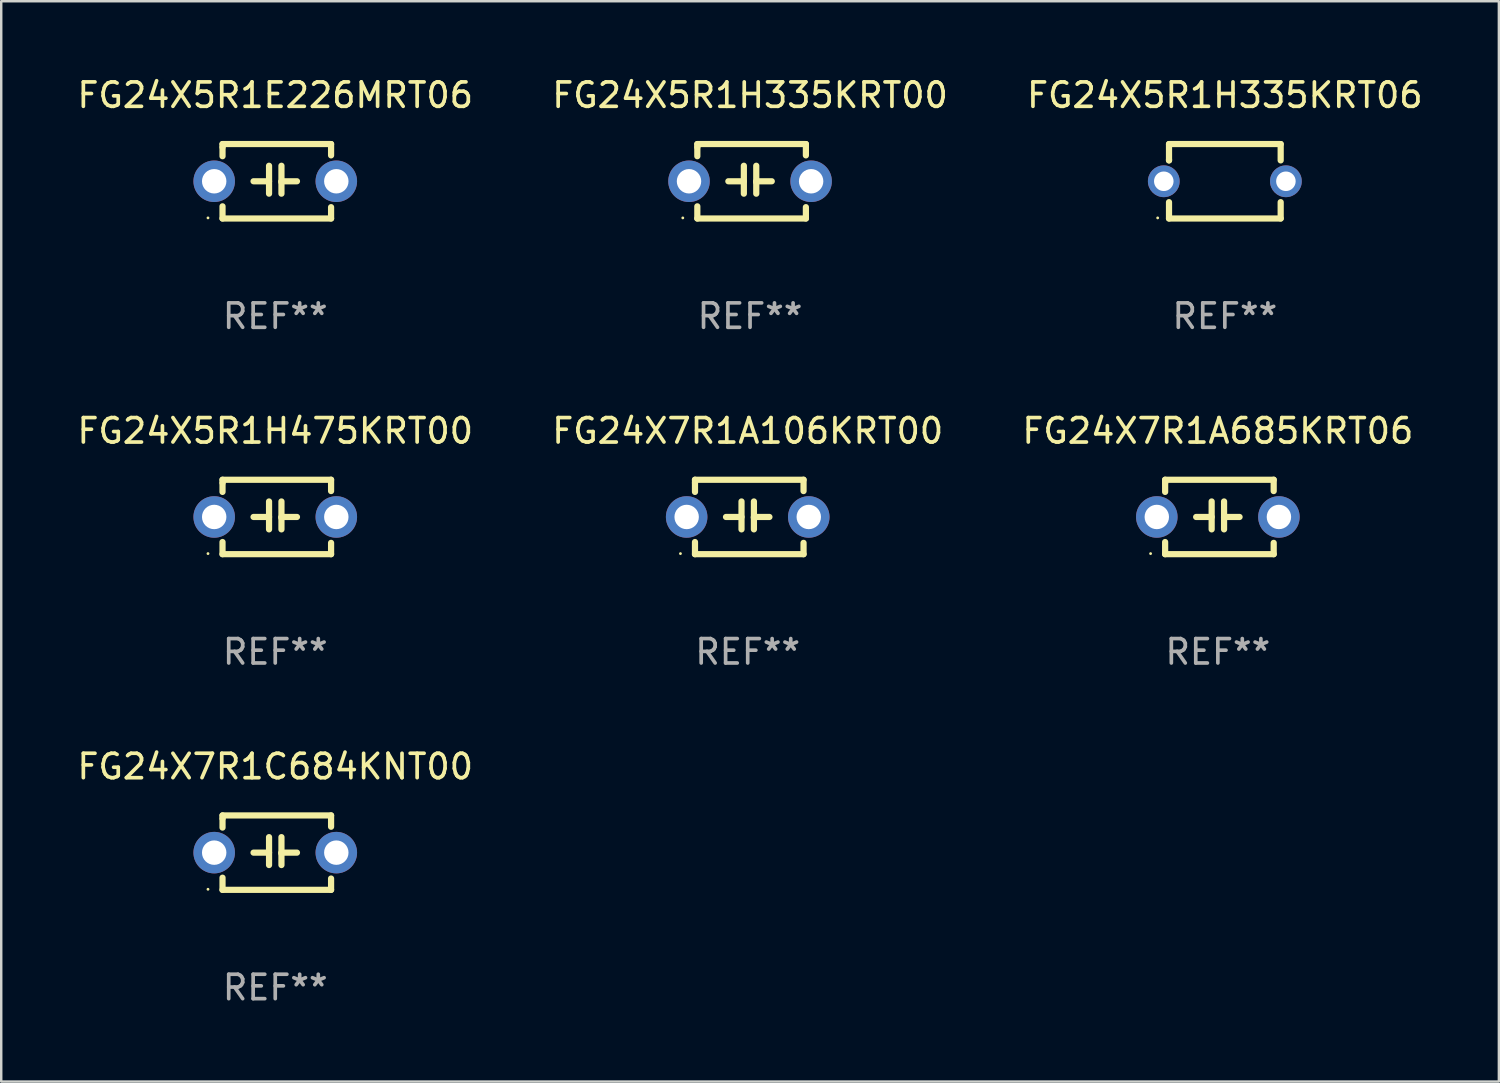
<source format=kicad_pcb>
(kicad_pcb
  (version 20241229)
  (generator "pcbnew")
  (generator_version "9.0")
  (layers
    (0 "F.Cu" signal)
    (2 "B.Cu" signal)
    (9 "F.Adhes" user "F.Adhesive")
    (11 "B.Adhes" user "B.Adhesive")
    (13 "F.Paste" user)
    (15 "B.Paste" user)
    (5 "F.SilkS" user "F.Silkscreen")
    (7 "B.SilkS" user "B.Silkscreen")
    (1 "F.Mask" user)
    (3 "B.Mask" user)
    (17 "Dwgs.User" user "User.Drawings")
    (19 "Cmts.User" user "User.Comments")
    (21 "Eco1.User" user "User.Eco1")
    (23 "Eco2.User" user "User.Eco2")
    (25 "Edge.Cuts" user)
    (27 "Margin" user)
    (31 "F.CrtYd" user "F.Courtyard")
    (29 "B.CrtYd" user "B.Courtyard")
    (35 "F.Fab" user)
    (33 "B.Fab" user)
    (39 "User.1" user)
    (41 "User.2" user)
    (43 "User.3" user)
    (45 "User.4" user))
  (footprint "FG24X7R1C684KNT00"
    (layer "F.Cu")
    (at 8.22 31.861)
    (property "Reference" "FG24X7R1C684KNT00" (at 0 -3.524 0) (layer "F.SilkS") (effects (font (size 1 1) (thickness 0.15))))
    (attr through_hole)
    (fp_line (start -2.159 -1.524) (end 2.286 -1.524) (stroke (width 0.254) (type solid)) (layer "F.SilkS"))
    (fp_line (start -2.159 -1.397) (end -2.159 -1.524) (stroke (width 0.254) (type solid)) (layer "F.SilkS"))
    (fp_line (start -2.159 -1.026) (end -2.159 -1.397) (stroke (width 0.254) (type solid)) (layer "F.SilkS"))
    (fp_line (start -2.159 1.524) (end -2.159 1.026) (stroke (width 0.254) (type solid)) (layer "F.SilkS"))
    (fp_line (start -0.889 0) (end -0.254 0) (stroke (width 0.254) (type solid)) (layer "F.SilkS"))
    (fp_line (start -0.254 0.508) (end -0.254 -0.635) (stroke (width 0.254) (type solid)) (layer "F.SilkS"))
    (fp_line (start 0.254 -0.635) (end 0.254 0.508) (stroke (width 0.254) (type solid)) (layer "F.SilkS"))
    (fp_line (start 0.254 0.04) (end 0.254 0.02) (stroke (width 0.254) (type solid)) (layer "F.SilkS"))
    (fp_line (start 0.889 0) (end 0.254 0) (stroke (width 0.254) (type solid)) (layer "F.SilkS"))
    (fp_line (start 2.286 -1.524) (end 2.286 -1.06) (stroke (width 0.254) (type solid)) (layer "F.SilkS"))
    (fp_line (start 2.286 1.06) (end 2.286 1.524) (stroke (width 0.254) (type solid)) (layer "F.SilkS"))
    (fp_line (start 2.286 1.524) (end -2.159 1.524) (stroke (width 0.254) (type solid)) (layer "F.SilkS"))
    (fp_circle (center -2.754 1.5) (end -2.724 1.5) (stroke (width 0.06) (type solid)) (fill no) (layer "F.SilkS"))
    (fp_text user "REF**" (at 0 5.524 0) (layer "F.Fab") (effects (font (size 1 1) (thickness 0.15))))
    (pad "1" thru_hole circle (at -2.5 0) (size 1.7 1.7) (drill 1) (layers "*.Cu" "*.Mask"))
    (pad "2" thru_hole circle (at 2.5 0) (size 1.7 1.7) (drill 1) (layers "*.Cu" "*.Mask")))
  (footprint "FG24X5R1E226MRT06"
    (layer "F.Cu")
    (at 8.22 4.372)
    (property "Reference" "FG24X5R1E226MRT06" (at 0 -3.524 0) (layer "F.SilkS") (effects (font (size 1 1) (thickness 0.15))))
    (attr through_hole)
    (fp_line (start -2.159 -1.524) (end 2.286 -1.524) (stroke (width 0.254) (type solid)) (layer "F.SilkS"))
    (fp_line (start -2.159 -1.397) (end -2.159 -1.524) (stroke (width 0.254) (type solid)) (layer "F.SilkS"))
    (fp_line (start -2.159 -1.026) (end -2.159 -1.397) (stroke (width 0.254) (type solid)) (layer "F.SilkS"))
    (fp_line (start -2.159 1.524) (end -2.159 1.026) (stroke (width 0.254) (type solid)) (layer "F.SilkS"))
    (fp_line (start -0.889 0) (end -0.254 0) (stroke (width 0.254) (type solid)) (layer "F.SilkS"))
    (fp_line (start -0.254 0.508) (end -0.254 -0.635) (stroke (width 0.254) (type solid)) (layer "F.SilkS"))
    (fp_line (start 0.254 -0.635) (end 0.254 0.508) (stroke (width 0.254) (type solid)) (layer "F.SilkS"))
    (fp_line (start 0.254 0.04) (end 0.254 0.02) (stroke (width 0.254) (type solid)) (layer "F.SilkS"))
    (fp_line (start 0.889 0) (end 0.254 0) (stroke (width 0.254) (type solid)) (layer "F.SilkS"))
    (fp_line (start 2.286 -1.524) (end 2.286 -1.06) (stroke (width 0.254) (type solid)) (layer "F.SilkS"))
    (fp_line (start 2.286 1.06) (end 2.286 1.524) (stroke (width 0.254) (type solid)) (layer "F.SilkS"))
    (fp_line (start 2.286 1.524) (end -2.159 1.524) (stroke (width 0.254) (type solid)) (layer "F.SilkS"))
    (fp_circle (center -2.754 1.5) (end -2.724 1.5) (stroke (width 0.06) (type solid)) (fill no) (layer "F.SilkS"))
    (fp_text user "REF**" (at 0 5.524 0) (layer "F.Fab") (effects (font (size 1 1) (thickness 0.15))))
    (pad "1" thru_hole circle (at -2.5 0) (size 1.7 1.7) (drill 1) (layers "*.Cu" "*.Mask"))
    (pad "2" thru_hole circle (at 2.5 0) (size 1.7 1.7) (drill 1) (layers "*.Cu" "*.Mask")))
  (footprint "FG24X7R1A106KRT00"
    (layer "F.Cu")
    (at 27.565 18.117)
    (property "Reference" "FG24X7R1A106KRT00" (at 0 -3.524 0) (layer "F.SilkS") (effects (font (size 1 1) (thickness 0.15))))
    (attr through_hole)
    (fp_line (start -2.159 -1.524) (end 2.286 -1.524) (stroke (width 0.254) (type solid)) (layer "F.SilkS"))
    (fp_line (start -2.159 -1.397) (end -2.159 -1.524) (stroke (width 0.254) (type solid)) (layer "F.SilkS"))
    (fp_line (start -2.159 -1.026) (end -2.159 -1.397) (stroke (width 0.254) (type solid)) (layer "F.SilkS"))
    (fp_line (start -2.159 1.524) (end -2.159 1.026) (stroke (width 0.254) (type solid)) (layer "F.SilkS"))
    (fp_line (start -0.889 0) (end -0.254 0) (stroke (width 0.254) (type solid)) (layer "F.SilkS"))
    (fp_line (start -0.254 0.508) (end -0.254 -0.635) (stroke (width 0.254) (type solid)) (layer "F.SilkS"))
    (fp_line (start 0.254 -0.635) (end 0.254 0.508) (stroke (width 0.254) (type solid)) (layer "F.SilkS"))
    (fp_line (start 0.254 0.04) (end 0.254 0.02) (stroke (width 0.254) (type solid)) (layer "F.SilkS"))
    (fp_line (start 0.889 0) (end 0.254 0) (stroke (width 0.254) (type solid)) (layer "F.SilkS"))
    (fp_line (start 2.286 -1.524) (end 2.286 -1.06) (stroke (width 0.254) (type solid)) (layer "F.SilkS"))
    (fp_line (start 2.286 1.06) (end 2.286 1.524) (stroke (width 0.254) (type solid)) (layer "F.SilkS"))
    (fp_line (start 2.286 1.524) (end -2.159 1.524) (stroke (width 0.254) (type solid)) (layer "F.SilkS"))
    (fp_circle (center -2.754 1.5) (end -2.724 1.5) (stroke (width 0.06) (type solid)) (fill no) (layer "F.SilkS"))
    (fp_text user "REF**" (at 0 5.524 0) (layer "F.Fab") (effects (font (size 1 1) (thickness 0.15))))
    (pad "1" thru_hole circle (at -2.5 0) (size 1.7 1.7) (drill 1) (layers "*.Cu" "*.Mask"))
    (pad "2" thru_hole circle (at 2.5 0) (size 1.7 1.7) (drill 1) (layers "*.Cu" "*.Mask")))
  (footprint "FG24X5R1H475KRT00"
    (layer "F.Cu")
    (at 8.22 18.117)
    (property "Reference" "FG24X5R1H475KRT00" (at 0 -3.524 0) (layer "F.SilkS") (effects (font (size 1 1) (thickness 0.15))))
    (attr through_hole)
    (fp_line (start -2.159 -1.524) (end 2.286 -1.524) (stroke (width 0.254) (type solid)) (layer "F.SilkS"))
    (fp_line (start -2.159 -1.397) (end -2.159 -1.524) (stroke (width 0.254) (type solid)) (layer "F.SilkS"))
    (fp_line (start -2.159 -1.026) (end -2.159 -1.397) (stroke (width 0.254) (type solid)) (layer "F.SilkS"))
    (fp_line (start -2.159 1.524) (end -2.159 1.026) (stroke (width 0.254) (type solid)) (layer "F.SilkS"))
    (fp_line (start -0.889 0) (end -0.254 0) (stroke (width 0.254) (type solid)) (layer "F.SilkS"))
    (fp_line (start -0.254 0.508) (end -0.254 -0.635) (stroke (width 0.254) (type solid)) (layer "F.SilkS"))
    (fp_line (start 0.254 -0.635) (end 0.254 0.508) (stroke (width 0.254) (type solid)) (layer "F.SilkS"))
    (fp_line (start 0.254 0.04) (end 0.254 0.02) (stroke (width 0.254) (type solid)) (layer "F.SilkS"))
    (fp_line (start 0.889 0) (end 0.254 0) (stroke (width 0.254) (type solid)) (layer "F.SilkS"))
    (fp_line (start 2.286 -1.524) (end 2.286 -1.06) (stroke (width 0.254) (type solid)) (layer "F.SilkS"))
    (fp_line (start 2.286 1.06) (end 2.286 1.524) (stroke (width 0.254) (type solid)) (layer "F.SilkS"))
    (fp_line (start 2.286 1.524) (end -2.159 1.524) (stroke (width 0.254) (type solid)) (layer "F.SilkS"))
    (fp_circle (center -2.754 1.5) (end -2.724 1.5) (stroke (width 0.06) (type solid)) (fill no) (layer "F.SilkS"))
    (fp_text user "REF**" (at 0 5.524 0) (layer "F.Fab") (effects (font (size 1 1) (thickness 0.15))))
    (pad "1" thru_hole circle (at -2.5 0) (size 1.7 1.7) (drill 1) (layers "*.Cu" "*.Mask"))
    (pad "2" thru_hole circle (at 2.5 0) (size 1.7 1.7) (drill 1) (layers "*.Cu" "*.Mask")))
  (footprint "FG24X7R1A685KRT06"
    (layer "F.Cu")
    (at 46.815 18.117)
    (property "Reference" "FG24X7R1A685KRT06" (at 0 -3.524 0) (layer "F.SilkS") (effects (font (size 1 1) (thickness 0.15))))
    (attr through_hole)
    (fp_line (start -2.159 -1.524) (end 2.286 -1.524) (stroke (width 0.254) (type solid)) (layer "F.SilkS"))
    (fp_line (start -2.159 -1.397) (end -2.159 -1.524) (stroke (width 0.254) (type solid)) (layer "F.SilkS"))
    (fp_line (start -2.159 -1.026) (end -2.159 -1.397) (stroke (width 0.254) (type solid)) (layer "F.SilkS"))
    (fp_line (start -2.159 1.524) (end -2.159 1.026) (stroke (width 0.254) (type solid)) (layer "F.SilkS"))
    (fp_line (start -0.889 0) (end -0.254 0) (stroke (width 0.254) (type solid)) (layer "F.SilkS"))
    (fp_line (start -0.254 0.508) (end -0.254 -0.635) (stroke (width 0.254) (type solid)) (layer "F.SilkS"))
    (fp_line (start 0.254 -0.635) (end 0.254 0.508) (stroke (width 0.254) (type solid)) (layer "F.SilkS"))
    (fp_line (start 0.254 0.04) (end 0.254 0.02) (stroke (width 0.254) (type solid)) (layer "F.SilkS"))
    (fp_line (start 0.889 0) (end 0.254 0) (stroke (width 0.254) (type solid)) (layer "F.SilkS"))
    (fp_line (start 2.286 -1.524) (end 2.286 -1.06) (stroke (width 0.254) (type solid)) (layer "F.SilkS"))
    (fp_line (start 2.286 1.06) (end 2.286 1.524) (stroke (width 0.254) (type solid)) (layer "F.SilkS"))
    (fp_line (start 2.286 1.524) (end -2.159 1.524) (stroke (width 0.254) (type solid)) (layer "F.SilkS"))
    (fp_circle (center -2.754 1.5) (end -2.724 1.5) (stroke (width 0.06) (type solid)) (fill no) (layer "F.SilkS"))
    (fp_text user "REF**" (at 0 5.524 0) (layer "F.Fab") (effects (font (size 1 1) (thickness 0.15))))
    (pad "1" thru_hole circle (at -2.5 0) (size 1.7 1.7) (drill 1) (layers "*.Cu" "*.Mask"))
    (pad "2" thru_hole circle (at 2.5 0) (size 1.7 1.7) (drill 1) (layers "*.Cu" "*.Mask")))
  (footprint "FG24X5R1H335KRT06"
    (layer "F.Cu")
    (at 47.101 4.372)
    (property "Reference" "FG24X5R1H335KRT06" (at 0 -3.524 0) (layer "F.SilkS") (effects (font (size 1 1) (thickness 0.15))))
    (attr through_hole)
    (fp_line (start -2.286 -1.524) (end 2.286 -1.524) (stroke (width 0.254) (type solid)) (layer "F.SilkS"))
    (fp_line (start -2.286 -0.855) (end -2.286 -1.524) (stroke (width 0.254) (type solid)) (layer "F.SilkS"))
    (fp_line (start -2.286 -0.855) (end -2.286 -0.889) (stroke (width 0.254) (type solid)) (layer "F.SilkS"))
    (fp_line (start -2.286 1.524) (end -2.286 0.855) (stroke (width 0.254) (type solid)) (layer "F.SilkS"))
    (fp_line (start 2.286 -1.524) (end 2.286 -0.855) (stroke (width 0.254) (type solid)) (layer "F.SilkS"))
    (fp_line (start 2.286 0.855) (end 2.286 1.524) (stroke (width 0.254) (type solid)) (layer "F.SilkS"))
    (fp_line (start 2.286 1.524) (end -2.286 1.524) (stroke (width 0.254) (type solid)) (layer "F.SilkS"))
    (fp_circle (center -2.75 1.5) (end -2.72 1.5) (stroke (width 0.06) (type solid)) (fill no) (layer "F.SilkS"))
    (fp_text user "REF**" (at 0 5.524 0) (layer "F.Fab") (effects (font (size 1 1) (thickness 0.15))))
    (pad "1" thru_hole circle (at -2.5 0) (size 1.3 1.3) (drill 0.8) (layers "*.Cu" "*.Mask"))
    (pad "2" thru_hole circle (at 2.5 0) (size 1.3 1.3) (drill 0.8) (layers "*.Cu" "*.Mask")))
  (footprint "FG24X5R1H335KRT00"
    (layer "F.Cu")
    (at 27.661 4.372)
    (property "Reference" "FG24X5R1H335KRT00" (at 0 -3.524 0) (layer "F.SilkS") (effects (font (size 1 1) (thickness 0.15))))
    (attr through_hole)
    (fp_line (start -2.159 -1.524) (end 2.286 -1.524) (stroke (width 0.254) (type solid)) (layer "F.SilkS"))
    (fp_line (start -2.159 -1.397) (end -2.159 -1.524) (stroke (width 0.254) (type solid)) (layer "F.SilkS"))
    (fp_line (start -2.159 -1.026) (end -2.159 -1.397) (stroke (width 0.254) (type solid)) (layer "F.SilkS"))
    (fp_line (start -2.159 1.524) (end -2.159 1.026) (stroke (width 0.254) (type solid)) (layer "F.SilkS"))
    (fp_line (start -0.889 0) (end -0.254 0) (stroke (width 0.254) (type solid)) (layer "F.SilkS"))
    (fp_line (start -0.254 0.508) (end -0.254 -0.635) (stroke (width 0.254) (type solid)) (layer "F.SilkS"))
    (fp_line (start 0.254 -0.635) (end 0.254 0.508) (stroke (width 0.254) (type solid)) (layer "F.SilkS"))
    (fp_line (start 0.254 0.04) (end 0.254 0.02) (stroke (width 0.254) (type solid)) (layer "F.SilkS"))
    (fp_line (start 0.889 0) (end 0.254 0) (stroke (width 0.254) (type solid)) (layer "F.SilkS"))
    (fp_line (start 2.286 -1.524) (end 2.286 -1.06) (stroke (width 0.254) (type solid)) (layer "F.SilkS"))
    (fp_line (start 2.286 1.06) (end 2.286 1.524) (stroke (width 0.254) (type solid)) (layer "F.SilkS"))
    (fp_line (start 2.286 1.524) (end -2.159 1.524) (stroke (width 0.254) (type solid)) (layer "F.SilkS"))
    (fp_circle (center -2.754 1.5) (end -2.724 1.5) (stroke (width 0.06) (type solid)) (fill no) (layer "F.SilkS"))
    (fp_text user "REF**" (at 0 5.524 0) (layer "F.Fab") (effects (font (size 1 1) (thickness 0.15))))
    (pad "1" thru_hole circle (at -2.5 0) (size 1.7 1.7) (drill 1) (layers "*.Cu" "*.Mask"))
    (pad "2" thru_hole circle (at 2.5 0) (size 1.7 1.7) (drill 1) (layers "*.Cu" "*.Mask")))
  (gr_rect
    (start -3 -3)
    (end 58.321 41.234)
    (stroke (width 0.1) (type default))
    (fill no)
    (layer "Edge.Cuts")))
</source>
